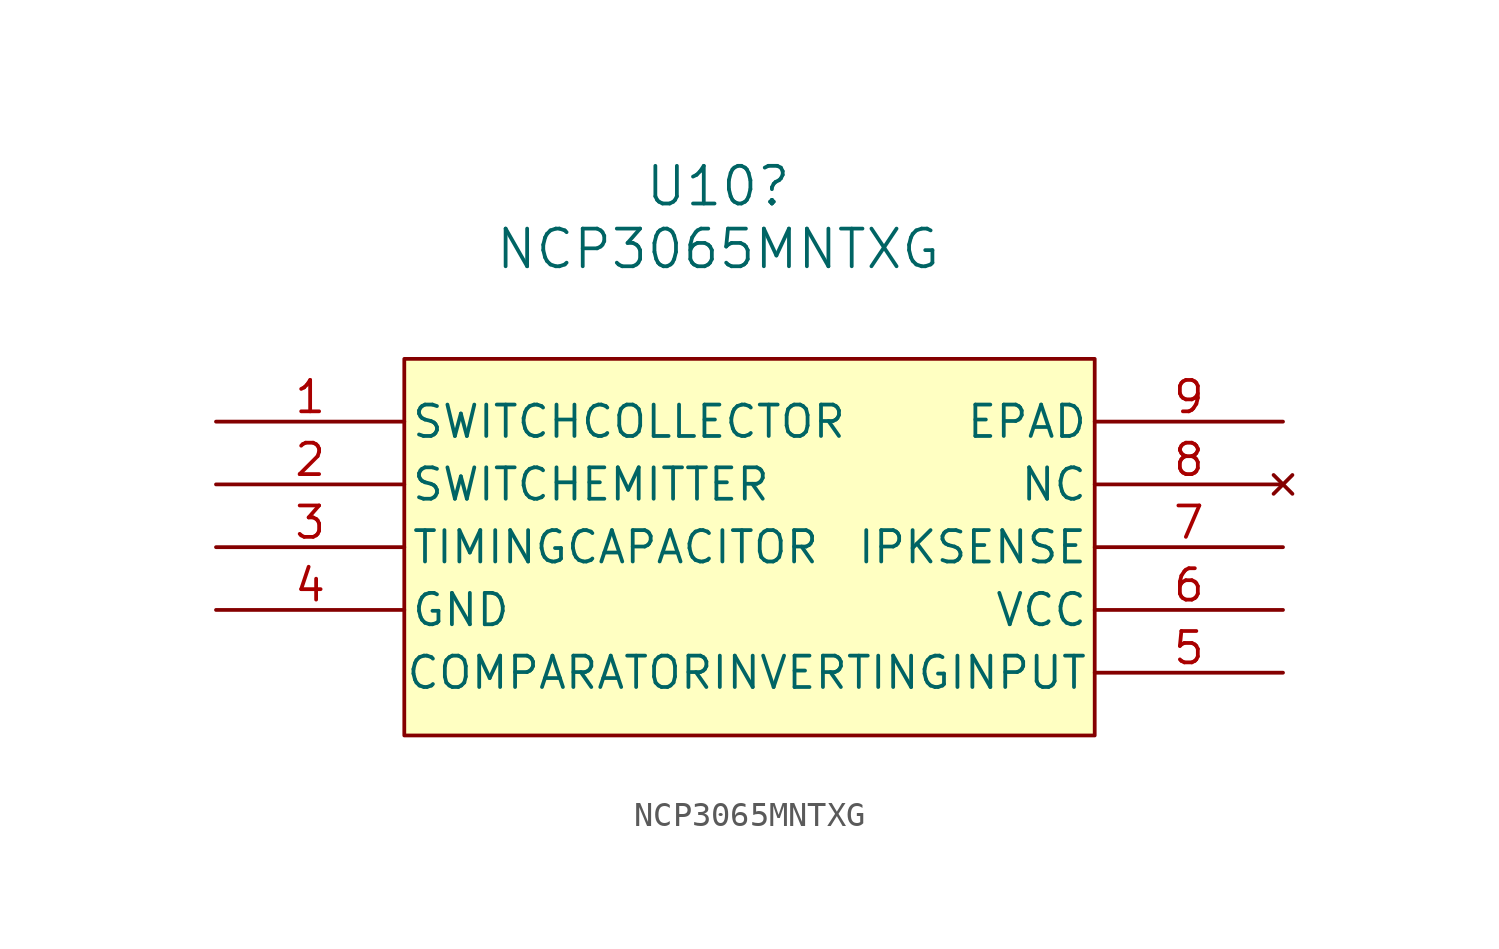
<source format=kicad_sym>
(kicad_symbol_lib
  (version 20220914)
  (generator kicad_symbol_editor)
  (symbol "NCP3065MNTXG"
    (pin_names
      (offset 0.254))
    (property "Reference" "U10"
      (at 0 14.605 0)
      (effects (font (size 1.524 1.524))))
    (property "Value" "NCP3065MNTXG"
      (at 0 12.065 0)
      (effects (font (size 1.524 1.524))))
    (property "ki_locked" ""
      (at 0 0 0)
      (effects (font (size 1.27 1.27))))
    (symbol "NCP3065MNTXG_0_1"
      (pin unspecified line (at -20.32 5.08 0) (length 7.62) (name "SWITCHCOLLECTOR" (effects (font (size 1.27 1.27)))) (number "1" (effects (font (size 1.27 1.27)))))
      (pin unspecified line (at -20.32 2.54 0) (length 7.62) (name "SWITCHEMITTER" (effects (font (size 1.27 1.27)))) (number "2" (effects (font (size 1.27 1.27)))))
      (pin unspecified line (at -20.32 0 0) (length 7.62) (name "TIMINGCAPACITOR" (effects (font (size 1.27 1.27)))) (number "3" (effects (font (size 1.27 1.27)))))
      (pin power_in line (at -20.32 -2.54 0) (length 7.62) (name "GND" (effects (font (size 1.27 1.27)))) (number "4" (effects (font (size 1.27 1.27)))))
      (pin input line (at 22.86 -5.08 180) (length 7.62) (name "COMPARATORINVERTINGINPUT" (effects (font (size 1.27 1.27)))) (number "5" (effects (font (size 1.27 1.27)))))
      (pin power_in line (at 22.86 -2.54 180) (length 7.62) (name "VCC" (effects (font (size 1.27 1.27)))) (number "6" (effects (font (size 1.27 1.27)))))
      (pin input line (at 22.86 0 180) (length 7.62) (name "IPKSENSE" (effects (font (size 1.27 1.27)))) (number "7" (effects (font (size 1.27 1.27)))))
      (pin no_connect line (at 22.86 2.54 180) (length 7.62) (name "NC" (effects (font (size 1.27 1.27)))) (number "8" (effects (font (size 1.27 1.27)))))
      (pin unspecified line (at 22.86 5.08 180) (length 7.62) (name "EPAD" (effects (font (size 1.27 1.27)))) (number "9" (effects (font (size 1.27 1.27))))))
    (symbol "NCP3065MNTXG_1_1"
      (rectangle (start -12.7 7.62) (end 15.24 -7.62) (stroke (width 0) (type default)) (fill (type background))))))
</source>
